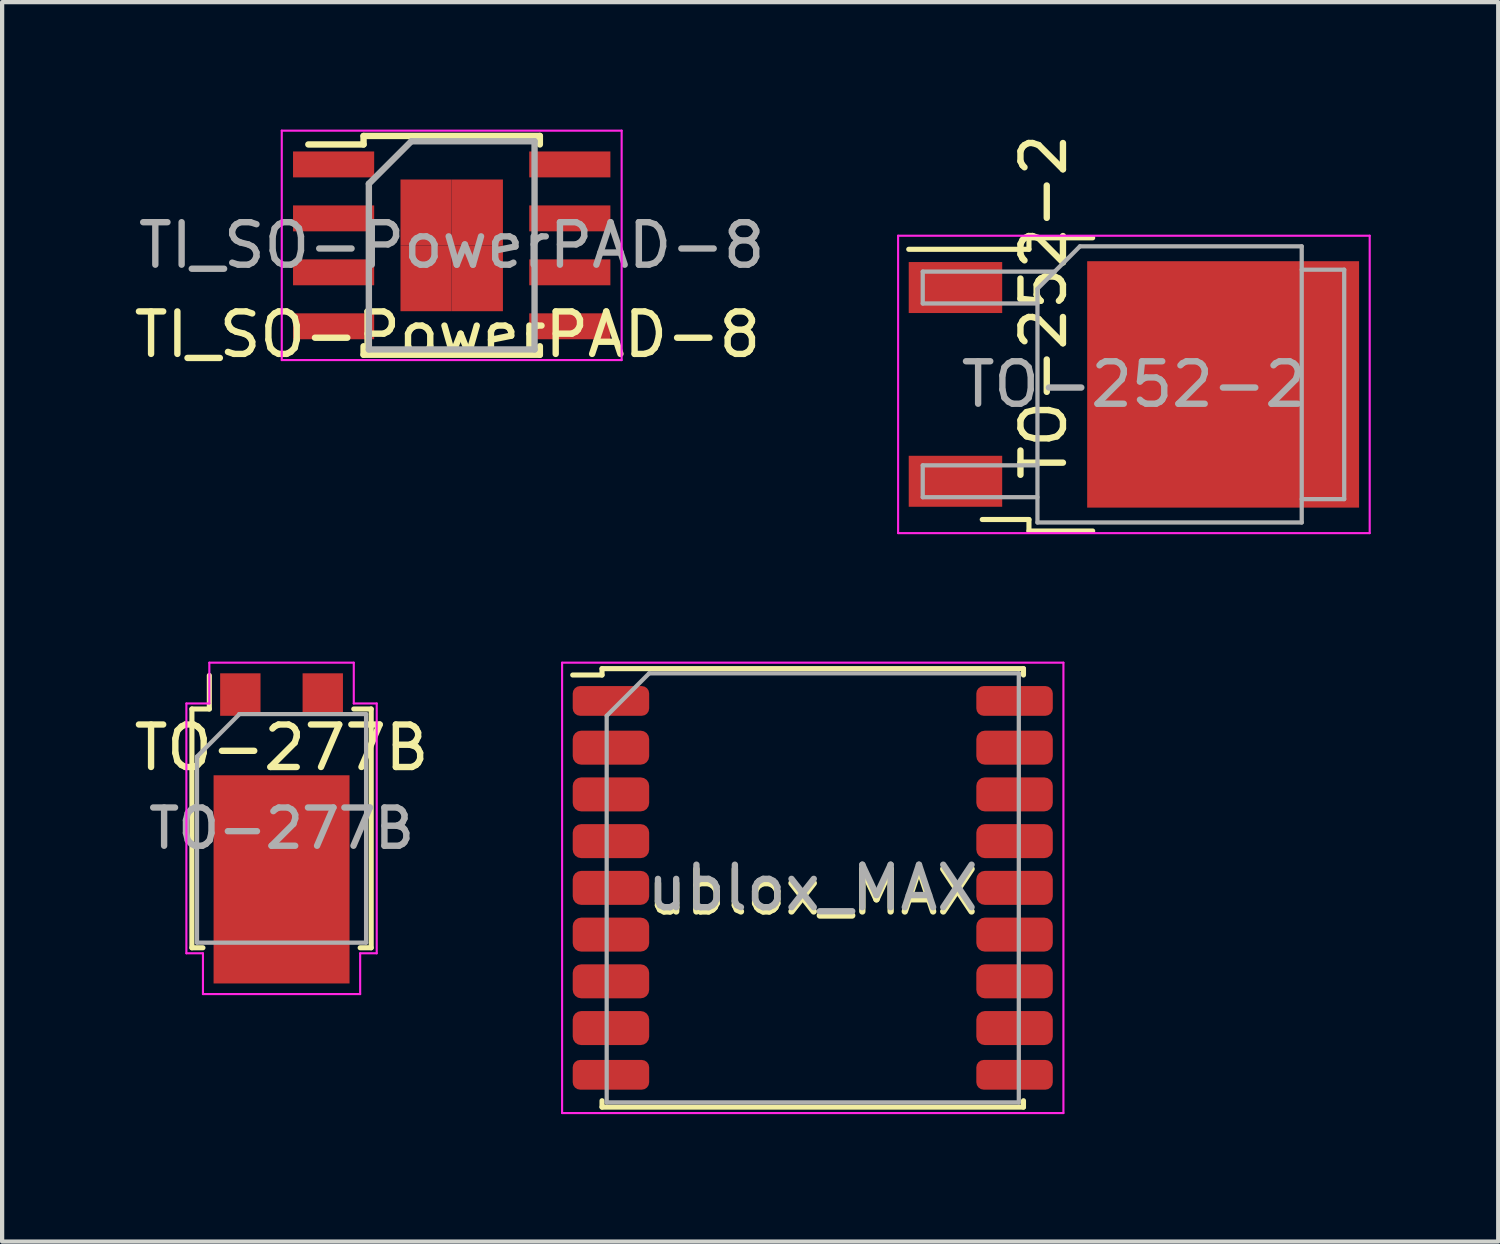
<source format=kicad_pcb>
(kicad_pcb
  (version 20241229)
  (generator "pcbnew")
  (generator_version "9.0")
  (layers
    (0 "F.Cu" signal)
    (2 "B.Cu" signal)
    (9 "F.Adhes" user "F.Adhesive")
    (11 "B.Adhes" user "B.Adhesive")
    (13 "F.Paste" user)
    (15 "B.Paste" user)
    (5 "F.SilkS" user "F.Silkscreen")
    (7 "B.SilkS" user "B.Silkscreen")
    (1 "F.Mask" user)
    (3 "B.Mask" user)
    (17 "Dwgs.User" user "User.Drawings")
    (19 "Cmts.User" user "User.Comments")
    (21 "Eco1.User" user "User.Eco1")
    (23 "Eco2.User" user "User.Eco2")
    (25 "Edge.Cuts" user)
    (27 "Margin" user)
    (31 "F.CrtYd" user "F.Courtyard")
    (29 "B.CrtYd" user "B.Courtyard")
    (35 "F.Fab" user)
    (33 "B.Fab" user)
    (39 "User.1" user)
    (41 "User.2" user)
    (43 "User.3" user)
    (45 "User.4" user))
  (footprint "TO-252-2"
    (layer "F.Cu")
    (at 23.639 5.998)
    (property "Reference" "TO-252-2" (at -2.125 -1.825 90) (layer "F.SilkS") (effects (font (size 1 1) (thickness 0.15))))
    (attr smd)
    (fp_line (start -2.47 -3.45) (end -2.47 -3.18) (stroke (width 0.12) (type solid)) (layer "F.SilkS"))
    (fp_line (start -2.47 -3.18) (end -5.3 -3.18) (stroke (width 0.12) (type solid)) (layer "F.SilkS"))
    (fp_line (start -2.47 3.18) (end -3.57 3.18) (stroke (width 0.12) (type solid)) (layer "F.SilkS"))
    (fp_line (start -2.47 3.45) (end -2.47 3.18) (stroke (width 0.12) (type solid)) (layer "F.SilkS"))
    (fp_line (start -0.97 -3.45) (end -2.47 -3.45) (stroke (width 0.12) (type solid)) (layer "F.SilkS"))
    (fp_line (start -0.97 3.45) (end -2.47 3.45) (stroke (width 0.12) (type solid)) (layer "F.SilkS"))
    (fp_line (start -5.55 -3.5) (end -5.55 3.5) (stroke (width 0.05) (type solid)) (layer "F.CrtYd"))
    (fp_line (start -5.55 3.5) (end 5.55 3.5) (stroke (width 0.05) (type solid)) (layer "F.CrtYd"))
    (fp_line (start 5.55 -3.5) (end -5.55 -3.5) (stroke (width 0.05) (type solid)) (layer "F.CrtYd"))
    (fp_line (start 5.55 3.5) (end 5.55 -3.5) (stroke (width 0.05) (type solid)) (layer "F.CrtYd"))
    (fp_line (start -4.97 -2.655) (end -4.97 -1.905) (stroke (width 0.1) (type solid)) (layer "F.Fab"))
    (fp_line (start -4.97 -1.905) (end -2.27 -1.905) (stroke (width 0.1) (type solid)) (layer "F.Fab"))
    (fp_line (start -4.97 1.905) (end -4.97 2.655) (stroke (width 0.1) (type solid)) (layer "F.Fab"))
    (fp_line (start -4.97 2.655) (end -2.27 2.655) (stroke (width 0.1) (type solid)) (layer "F.Fab"))
    (fp_line (start -2.27 -2.25) (end -1.27 -3.25) (stroke (width 0.1) (type solid)) (layer "F.Fab"))
    (fp_line (start -2.27 1.905) (end -4.97 1.905) (stroke (width 0.1) (type solid)) (layer "F.Fab"))
    (fp_line (start -2.27 3.25) (end -2.27 -2.25) (stroke (width 0.1) (type solid)) (layer "F.Fab"))
    (fp_line (start -1.865 -2.655) (end -4.97 -2.655) (stroke (width 0.1) (type solid)) (layer "F.Fab"))
    (fp_line (start -1.27 -3.25) (end 3.95 -3.25) (stroke (width 0.1) (type solid)) (layer "F.Fab"))
    (fp_line (start 3.95 -3.25) (end 3.95 3.25) (stroke (width 0.1) (type solid)) (layer "F.Fab"))
    (fp_line (start 3.95 -2.7) (end 4.95 -2.7) (stroke (width 0.1) (type solid)) (layer "F.Fab"))
    (fp_line (start 3.95 3.25) (end -2.27 3.25) (stroke (width 0.1) (type solid)) (layer "F.Fab"))
    (fp_line (start 4.95 -2.7) (end 4.95 2.7) (stroke (width 0.1) (type solid)) (layer "F.Fab"))
    (fp_line (start 4.95 2.7) (end 3.95 2.7) (stroke (width 0.1) (type solid)) (layer "F.Fab"))
    (fp_text user "${REFERENCE}" (at 0 0 0) (layer "F.Fab") (effects (font (size 1 1) (thickness 0.15))))
    (pad "" smd rect (at 0.425 -1.525 180) (size 3.05 2.75) (layers "F.Paste"))
    (pad "" smd rect (at 0.425 1.525 180) (size 3.05 2.75) (layers "F.Paste"))
    (pad "" smd rect (at 3.775 -1.525 180) (size 3.05 2.75) (layers "F.Paste"))
    (pad "" smd rect (at 3.775 1.525 180) (size 3.05 2.75) (layers "F.Paste"))
    (pad "1" smd rect (at -4.2 -2.28 180) (size 2.2 1.2) (layers "F.Cu" "F.Mask" "F.Paste"))
    (pad "2" smd rect (at 2.1 0 180) (size 6.4 5.8) (layers "F.Cu" "F.Mask"))
    (pad "3" smd rect (at -4.2 2.28 180) (size 2.2 1.2) (layers "F.Cu" "F.Mask" "F.Paste")))
  (footprint "TO-277B"
    (layer "F.Cu")
    (at 3.577 16.448)
    (property "Reference" "TO-277B" (at 0 -1.9 0) (layer "F.SilkS") (effects (font (size 1 1) (thickness 0.15))))
    (attr smd)
    (fp_line (start -2.11 -2.81) (end -2.11 2.81) (stroke (width 0.12) (type solid)) (layer "F.SilkS"))
    (fp_line (start -1.85 2.81) (end -2.11 2.81) (stroke (width 0.12) (type solid)) (layer "F.SilkS"))
    (fp_line (start -1.7 -2.81) (end -2.11 -2.81) (stroke (width 0.12) (type solid)) (layer "F.SilkS"))
    (fp_line (start -1.7 -2.81) (end -1.7 -3.6) (stroke (width 0.12) (type solid)) (layer "F.SilkS"))
    (fp_line (start 2.11 -2.81) (end 1.7 -2.81) (stroke (width 0.12) (type solid)) (layer "F.SilkS"))
    (fp_line (start 2.11 2.81) (end 1.85 2.81) (stroke (width 0.12) (type solid)) (layer "F.SilkS"))
    (fp_line (start 2.11 2.81) (end 2.11 -2.81) (stroke (width 0.12) (type solid)) (layer "F.SilkS"))
    (fp_line (start -2.24 -2.94) (end -2.24 2.94) (stroke (width 0.05) (type solid)) (layer "F.CrtYd"))
    (fp_line (start -2.24 -2.94) (end -1.7 -2.94) (stroke (width 0.05) (type solid)) (layer "F.CrtYd"))
    (fp_line (start -2.24 2.94) (end -1.85 2.94) (stroke (width 0.05) (type solid)) (layer "F.CrtYd"))
    (fp_line (start -1.85 3.9) (end -1.85 2.94) (stroke (width 0.05) (type solid)) (layer "F.CrtYd"))
    (fp_line (start -1.7 -3.9) (end 1.7 -3.9) (stroke (width 0.05) (type solid)) (layer "F.CrtYd"))
    (fp_line (start -1.7 -2.94) (end -1.7 -3.9) (stroke (width 0.05) (type solid)) (layer "F.CrtYd"))
    (fp_line (start 1.7 -2.94) (end 1.7 -3.9) (stroke (width 0.05) (type solid)) (layer "F.CrtYd"))
    (fp_line (start 1.7 -2.94) (end 2.24 -2.94) (stroke (width 0.05) (type solid)) (layer "F.CrtYd"))
    (fp_line (start 1.85 2.94) (end 2.24 2.94) (stroke (width 0.05) (type solid)) (layer "F.CrtYd"))
    (fp_line (start 1.85 3.9) (end -1.85 3.9) (stroke (width 0.05) (type solid)) (layer "F.CrtYd"))
    (fp_line (start 1.85 3.9) (end 1.85 2.94) (stroke (width 0.05) (type solid)) (layer "F.CrtYd"))
    (fp_line (start 2.24 2.94) (end 2.24 -2.94) (stroke (width 0.05) (type solid)) (layer "F.CrtYd"))
    (fp_line (start -1.99 -1.69) (end -1.99 2.69) (stroke (width 0.1) (type solid)) (layer "F.Fab"))
    (fp_line (start -1.99 -1.69) (end -0.99 -2.69) (stroke (width 0.1) (type solid)) (layer "F.Fab"))
    (fp_line (start -1.99 2.69) (end 1.99 2.69) (stroke (width 0.1) (type solid)) (layer "F.Fab"))
    (fp_line (start 1.99 -2.69) (end -1 -2.69) (stroke (width 0.1) (type solid)) (layer "F.Fab"))
    (fp_line (start 1.99 2.69) (end 1.99 -2.69) (stroke (width 0.1) (type solid)) (layer "F.Fab"))
    (fp_text user "${REFERENCE}" (at 0 0 0) (layer "F.Fab") (effects (font (size 0.9 0.9) (thickness 0.15))))
    (pad "" smd rect (at -0.9 -0.6 180) (size 1.3 1.2) (layers "F.Paste"))
    (pad "" smd rect (at -0.9 1.2 180) (size 1.3 1.2) (layers "F.Paste"))
    (pad "" smd rect (at -0.9 3 180) (size 1.3 1.2) (layers "F.Paste"))
    (pad "" smd rect (at 0.9 -0.6 180) (size 1.3 1.2) (layers "F.Paste"))
    (pad "" smd rect (at 0.9 1.2 180) (size 1.3 1.2) (layers "F.Paste"))
    (pad "" smd rect (at 0.9 3 180) (size 1.3 1.2) (layers "F.Paste"))
    (pad "1" smd rect (at -0.97 -3.15 180) (size 0.95 1) (layers "F.Cu" "F.Mask" "F.Paste"))
    (pad "2" smd rect (at 0.97 -3.15 180) (size 0.95 1) (layers "F.Cu" "F.Mask" "F.Paste"))
    (pad "3" smd rect (at 0 1.2 180) (size 3.2 4.9) (layers "F.Cu" "F.Mask")))
  (footprint "ublox_MAX"
    (layer "F.Cu")
    (at 16.08 17.848)
    (property "Reference" "ublox_MAX" (at 0 0.1 0) (layer "F.SilkS") (effects (font (size 1 1) (thickness 0.15))))
    (attr smd)
    (fp_line (start -5.65 -5.01) (end -4.96 -5.01) (stroke (width 0.12) (type solid)) (layer "F.SilkS"))
    (fp_line (start -4.96 -5.16) (end -4.96 -5.01) (stroke (width 0.12) (type solid)) (layer "F.SilkS"))
    (fp_line (start -4.96 -5.16) (end 4.96 -5.16) (stroke (width 0.12) (type solid)) (layer "F.SilkS"))
    (fp_line (start -4.96 5.01) (end -4.96 5.16) (stroke (width 0.12) (type solid)) (layer "F.SilkS"))
    (fp_line (start -4.96 5.16) (end 4.96 5.16) (stroke (width 0.12) (type solid)) (layer "F.SilkS"))
    (fp_line (start 4.96 -5.16) (end 4.96 -5.01) (stroke (width 0.12) (type solid)) (layer "F.SilkS"))
    (fp_line (start 4.96 5.01) (end 4.96 5.16) (stroke (width 0.12) (type solid)) (layer "F.SilkS"))
    (fp_line (start -5.9 -5.3) (end -5.9 5.3) (stroke (width 0.05) (type solid)) (layer "F.CrtYd"))
    (fp_line (start -5.9 -5.3) (end 5.9 -5.3) (stroke (width 0.05) (type solid)) (layer "F.CrtYd"))
    (fp_line (start -5.9 5.3) (end 5.9 5.3) (stroke (width 0.05) (type solid)) (layer "F.CrtYd"))
    (fp_line (start 5.9 -5.3) (end 5.9 5.3) (stroke (width 0.05) (type solid)) (layer "F.CrtYd"))
    (fp_line (start -4.85 -4.05) (end -4.85 5.05) (stroke (width 0.1) (type solid)) (layer "F.Fab"))
    (fp_line (start -4.85 5.05) (end 4.85 5.05) (stroke (width 0.1) (type solid)) (layer "F.Fab"))
    (fp_line (start -3.85 -5.05) (end -4.85 -4.05) (stroke (width 0.1) (type solid)) (layer "F.Fab"))
    (fp_line (start -3.85 -5.05) (end 4.85 -5.05) (stroke (width 0.1) (type solid)) (layer "F.Fab"))
    (fp_line (start 4.85 -5.05) (end 4.85 5.05) (stroke (width 0.1) (type solid)) (layer "F.Fab"))
    (fp_text user "${REFERENCE}" (at 0 0 0) (layer "F.Fab") (effects (font (size 1 1) (thickness 0.15))))
    (pad "1" smd roundrect (at -4.75 -4.4) (size 1.8 0.7) (layers "F.Cu" "F.Mask" "F.Paste") (roundrect_rratio 0.25))
    (pad "2" smd roundrect (at -4.75 -3.3) (size 1.8 0.8) (layers "F.Cu" "F.Mask" "F.Paste") (roundrect_rratio 0.25))
    (pad "3" smd roundrect (at -4.75 -2.2) (size 1.8 0.8) (layers "F.Cu" "F.Mask" "F.Paste") (roundrect_rratio 0.25))
    (pad "4" smd roundrect (at -4.75 -1.1) (size 1.8 0.8) (layers "F.Cu" "F.Mask" "F.Paste") (roundrect_rratio 0.25))
    (pad "5" smd roundrect (at -4.75 0) (size 1.8 0.8) (layers "F.Cu" "F.Mask" "F.Paste") (roundrect_rratio 0.25))
    (pad "6" smd roundrect (at -4.75 1.1) (size 1.8 0.8) (layers "F.Cu" "F.Mask" "F.Paste") (roundrect_rratio 0.25))
    (pad "7" smd roundrect (at -4.75 2.2) (size 1.8 0.8) (layers "F.Cu" "F.Mask" "F.Paste") (roundrect_rratio 0.25))
    (pad "8" smd roundrect (at -4.75 3.3) (size 1.8 0.8) (layers "F.Cu" "F.Mask" "F.Paste") (roundrect_rratio 0.25))
    (pad "9" smd roundrect (at -4.75 4.4) (size 1.8 0.7) (layers "F.Cu" "F.Mask" "F.Paste") (roundrect_rratio 0.25))
    (pad "10" smd roundrect (at 4.75 4.4) (size 1.8 0.7) (layers "F.Cu" "F.Mask" "F.Paste") (roundrect_rratio 0.25))
    (pad "11" smd roundrect (at 4.75 3.3) (size 1.8 0.8) (layers "F.Cu" "F.Mask" "F.Paste") (roundrect_rratio 0.25))
    (pad "12" smd roundrect (at 4.75 2.2) (size 1.8 0.8) (layers "F.Cu" "F.Mask" "F.Paste") (roundrect_rratio 0.25))
    (pad "13" smd roundrect (at 4.75 1.1) (size 1.8 0.8) (layers "F.Cu" "F.Mask" "F.Paste") (roundrect_rratio 0.25))
    (pad "14" smd roundrect (at 4.75 0) (size 1.8 0.8) (layers "F.Cu" "F.Mask" "F.Paste") (roundrect_rratio 0.25))
    (pad "15" smd roundrect (at 4.75 -1.1) (size 1.8 0.8) (layers "F.Cu" "F.Mask" "F.Paste") (roundrect_rratio 0.25))
    (pad "16" smd roundrect (at 4.75 -2.2) (size 1.8 0.8) (layers "F.Cu" "F.Mask" "F.Paste") (roundrect_rratio 0.25))
    (pad "17" smd roundrect (at 4.75 -3.3) (size 1.8 0.8) (layers "F.Cu" "F.Mask" "F.Paste") (roundrect_rratio 0.25))
    (pad "18" smd roundrect (at 4.75 -4.4) (size 1.8 0.7) (layers "F.Cu" "F.Mask" "F.Paste") (roundrect_rratio 0.25)))
  (footprint "TI_SO-PowerPAD-8"
    (layer "F.Cu")
    (at 7.582 2.725)
    (property "Reference" "TI_SO-PowerPAD-8" (at -0.1 2.1 0) (layer "F.SilkS") (effects (font (size 1 1) (thickness 0.15))))
    (attr smd)
    (fp_line (start -2.075 -2.575) (end -2.075 -2.375) (stroke (width 0.15) (type solid)) (layer "F.SilkS"))
    (fp_line (start -2.075 -2.575) (end 2.075 -2.575) (stroke (width 0.15) (type solid)) (layer "F.SilkS"))
    (fp_line (start -2.075 -2.375) (end -3.375 -2.375) (stroke (width 0.15) (type solid)) (layer "F.SilkS"))
    (fp_line (start -2.075 2.575) (end -2.075 2.375) (stroke (width 0.15) (type solid)) (layer "F.SilkS"))
    (fp_line (start -2.075 2.575) (end 2.075 2.575) (stroke (width 0.15) (type solid)) (layer "F.SilkS"))
    (fp_line (start 2.075 -2.575) (end 2.075 -2.375) (stroke (width 0.15) (type solid)) (layer "F.SilkS"))
    (fp_line (start 2.075 2.575) (end 2.075 2.375) (stroke (width 0.15) (type solid)) (layer "F.SilkS"))
    (fp_line (start -4 -2.7) (end -4 2.7) (stroke (width 0.05) (type solid)) (layer "F.CrtYd"))
    (fp_line (start -4 -2.7) (end 4 -2.7) (stroke (width 0.05) (type solid)) (layer "F.CrtYd"))
    (fp_line (start -4 2.7) (end 4 2.7) (stroke (width 0.05) (type solid)) (layer "F.CrtYd"))
    (fp_line (start 4 -2.7) (end 4 2.7) (stroke (width 0.05) (type solid)) (layer "F.CrtYd"))
    (fp_line (start -1.95 -1.45) (end -0.95 -2.45) (stroke (width 0.15) (type solid)) (layer "F.Fab"))
    (fp_line (start -1.95 2.45) (end -1.95 -1.45) (stroke (width 0.15) (type solid)) (layer "F.Fab"))
    (fp_line (start -0.95 -2.45) (end 1.95 -2.45) (stroke (width 0.15) (type solid)) (layer "F.Fab"))
    (fp_line (start 1.95 -2.45) (end 1.95 2.45) (stroke (width 0.15) (type solid)) (layer "F.Fab"))
    (fp_line (start 1.95 2.45) (end -1.95 2.45) (stroke (width 0.15) (type solid)) (layer "F.Fab"))
    (fp_text user "${REFERENCE}" (at 0 0 0) (layer "F.Fab") (effects (font (size 1 1) (thickness 0.15))))
    (pad "1" smd rect (at -2.78 -1.905 180) (size 1.91 0.61) (layers "F.Cu" "F.Mask" "F.Paste"))
    (pad "2" smd rect (at -2.78 -0.635 180) (size 1.91 0.61) (layers "F.Cu" "F.Mask" "F.Paste"))
    (pad "3" smd rect (at -2.78 0.635 180) (size 1.91 0.61) (layers "F.Cu" "F.Mask" "F.Paste"))
    (pad "4" smd rect (at -2.78 1.905 180) (size 1.91 0.61) (layers "F.Cu" "F.Mask" "F.Paste"))
    (pad "5" smd rect (at 2.78 1.905 180) (size 1.91 0.61) (layers "F.Cu" "F.Mask" "F.Paste"))
    (pad "6" smd rect (at 2.78 0.635 180) (size 1.91 0.61) (layers "F.Cu" "F.Mask" "F.Paste"))
    (pad "7" smd rect (at 2.78 -0.635 180) (size 1.91 0.61) (layers "F.Cu" "F.Mask" "F.Paste"))
    (pad "8" smd rect (at 2.78 -1.905 180) (size 1.91 0.61) (layers "F.Cu" "F.Mask" "F.Paste"))
    (pad "9" smd rect (at -0.603 -0.775 180) (size 1.205 1.55) (layers "F.Cu" "F.Mask" "F.Paste"))
    (pad "9" smd rect (at -0.603 0.775 180) (size 1.205 1.55) (layers "F.Cu" "F.Mask" "F.Paste"))
    (pad "9" smd rect (at 0.603 -0.775 180) (size 1.205 1.55) (layers "F.Cu" "F.Mask" "F.Paste"))
    (pad "9" smd rect (at 0.603 0.775 180) (size 1.205 1.55) (layers "F.Cu" "F.Mask" "F.Paste")))
  (gr_rect
    (start -3 -3)
    (end 32.214 26.173)
    (stroke (width 0.1) (type default))
    (fill no)
    (layer "Edge.Cuts")))
</source>
